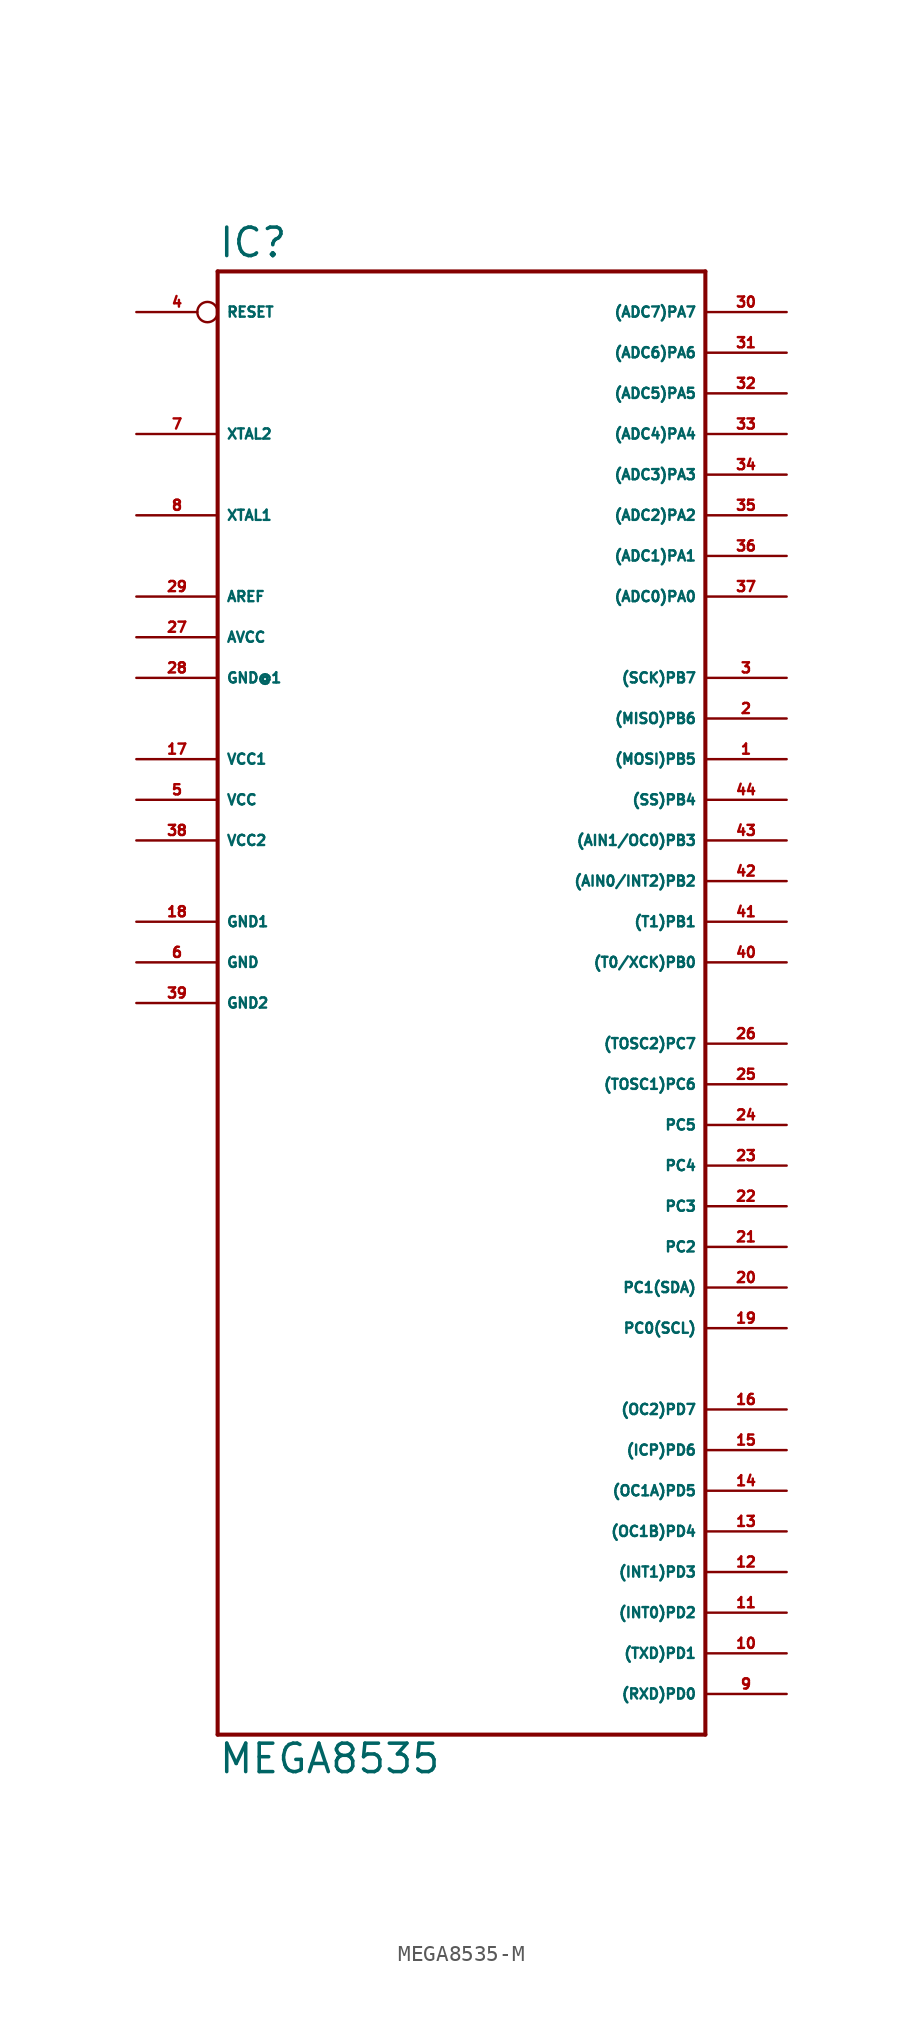
<source format=kicad_sym>
(kicad_symbol_lib
  (version 20220914)
  (generator Eagle2Kicad)
  (symbol "MEGA8535-M"
    (property "Reference" "IC"
      (at -15.24 43.942 0)
      (effects (font (size 1.778 1.778) (thickness 0.22)) (justify left bottom)))
    (property "Value" "MEGA8535"
      (at -15.24 -50.8 0)
      (effects (font (size 1.778 1.778) (thickness 0.22)) (justify left bottom)))
    (polyline
      (pts (xy -15.24 43.18) (xy 15.24 43.18))
      (stroke (width 0.254) (type default))
      (fill (type none)))
    (polyline
      (pts (xy 15.24 43.18) (xy 15.24 -48.26))
      (stroke (width 0.254) (type default))
      (fill (type none)))
    (polyline
      (pts (xy 15.24 -48.26) (xy -15.24 -48.26))
      (stroke (width 0.254) (type default))
      (fill (type none)))
    (polyline
      (pts (xy -15.24 -48.26) (xy -15.24 43.18))
      (stroke (width 0.254) (type default))
      (fill (type none)))
    (pin bidirectional line
      (at 20.32 40.64 180)
      (length 5.08)
      (name "(ADC7)PA7" (effects (font (size 0.635 0.635) (thickness 0.08)) (justify left bottom)))
      (number "30" (effects (font (size 0.635 0.635) (thickness 0.08)) (justify left bottom))))
    (pin bidirectional line
      (at 20.32 38.1 180)
      (length 5.08)
      (name "(ADC6)PA6" (effects (font (size 0.635 0.635) (thickness 0.08)) (justify left bottom)))
      (number "31" (effects (font (size 0.635 0.635) (thickness 0.08)) (justify left bottom))))
    (pin bidirectional line
      (at 20.32 35.56 180)
      (length 5.08)
      (name "(ADC5)PA5" (effects (font (size 0.635 0.635) (thickness 0.08)) (justify left bottom)))
      (number "32" (effects (font (size 0.635 0.635) (thickness 0.08)) (justify left bottom))))
    (pin bidirectional line
      (at 20.32 33.02 180)
      (length 5.08)
      (name "(ADC4)PA4" (effects (font (size 0.635 0.635) (thickness 0.08)) (justify left bottom)))
      (number "33" (effects (font (size 0.635 0.635) (thickness 0.08)) (justify left bottom))))
    (pin bidirectional line
      (at 20.32 30.48 180)
      (length 5.08)
      (name "(ADC3)PA3" (effects (font (size 0.635 0.635) (thickness 0.08)) (justify left bottom)))
      (number "34" (effects (font (size 0.635 0.635) (thickness 0.08)) (justify left bottom))))
    (pin bidirectional line
      (at 20.32 27.94 180)
      (length 5.08)
      (name "(ADC2)PA2" (effects (font (size 0.635 0.635) (thickness 0.08)) (justify left bottom)))
      (number "35" (effects (font (size 0.635 0.635) (thickness 0.08)) (justify left bottom))))
    (pin bidirectional line
      (at 20.32 25.4 180)
      (length 5.08)
      (name "(ADC1)PA1" (effects (font (size 0.635 0.635) (thickness 0.08)) (justify left bottom)))
      (number "36" (effects (font (size 0.635 0.635) (thickness 0.08)) (justify left bottom))))
    (pin bidirectional line
      (at 20.32 22.86 180)
      (length 5.08)
      (name "(ADC0)PA0" (effects (font (size 0.635 0.635) (thickness 0.08)) (justify left bottom)))
      (number "37" (effects (font (size 0.635 0.635) (thickness 0.08)) (justify left bottom))))
    (pin bidirectional line
      (at 20.32 17.78 180)
      (length 5.08)
      (name "(SCK)PB7" (effects (font (size 0.635 0.635) (thickness 0.08)) (justify left bottom)))
      (number "3" (effects (font (size 0.635 0.635) (thickness 0.08)) (justify left bottom))))
    (pin bidirectional line
      (at 20.32 15.24 180)
      (length 5.08)
      (name "(MISO)PB6" (effects (font (size 0.635 0.635) (thickness 0.08)) (justify left bottom)))
      (number "2" (effects (font (size 0.635 0.635) (thickness 0.08)) (justify left bottom))))
    (pin bidirectional line
      (at 20.32 12.7 180)
      (length 5.08)
      (name "(MOSI)PB5" (effects (font (size 0.635 0.635) (thickness 0.08)) (justify left bottom)))
      (number "1" (effects (font (size 0.635 0.635) (thickness 0.08)) (justify left bottom))))
    (pin bidirectional line
      (at 20.32 10.16 180)
      (length 5.08)
      (name "(SS)PB4" (effects (font (size 0.635 0.635) (thickness 0.08)) (justify left bottom)))
      (number "44" (effects (font (size 0.635 0.635) (thickness 0.08)) (justify left bottom))))
    (pin bidirectional line
      (at 20.32 7.62 180)
      (length 5.08)
      (name "(AIN1/OC0)PB3" (effects (font (size 0.635 0.635) (thickness 0.08)) (justify left bottom)))
      (number "43" (effects (font (size 0.635 0.635) (thickness 0.08)) (justify left bottom))))
    (pin bidirectional line
      (at 20.32 5.08 180)
      (length 5.08)
      (name "(AIN0/INT2)PB2" (effects (font (size 0.635 0.635) (thickness 0.08)) (justify left bottom)))
      (number "42" (effects (font (size 0.635 0.635) (thickness 0.08)) (justify left bottom))))
    (pin bidirectional line
      (at 20.32 2.54 180)
      (length 5.08)
      (name "(T1)PB1" (effects (font (size 0.635 0.635) (thickness 0.08)) (justify left bottom)))
      (number "41" (effects (font (size 0.635 0.635) (thickness 0.08)) (justify left bottom))))
    (pin bidirectional line
      (at 20.32 0 180)
      (length 5.08)
      (name "(T0/XCK)PB0" (effects (font (size 0.635 0.635) (thickness 0.08)) (justify left bottom)))
      (number "40" (effects (font (size 0.635 0.635) (thickness 0.08)) (justify left bottom))))
    (pin bidirectional line
      (at 20.32 -5.08 180)
      (length 5.08)
      (name "(TOSC2)PC7" (effects (font (size 0.635 0.635) (thickness 0.08)) (justify left bottom)))
      (number "26" (effects (font (size 0.635 0.635) (thickness 0.08)) (justify left bottom))))
    (pin bidirectional line
      (at 20.32 -7.62 180)
      (length 5.08)
      (name "(TOSC1)PC6" (effects (font (size 0.635 0.635) (thickness 0.08)) (justify left bottom)))
      (number "25" (effects (font (size 0.635 0.635) (thickness 0.08)) (justify left bottom))))
    (pin bidirectional line
      (at 20.32 -10.16 180)
      (length 5.08)
      (name "PC5" (effects (font (size 0.635 0.635) (thickness 0.08)) (justify left bottom)))
      (number "24" (effects (font (size 0.635 0.635) (thickness 0.08)) (justify left bottom))))
    (pin bidirectional line
      (at 20.32 -12.7 180)
      (length 5.08)
      (name "PC4" (effects (font (size 0.635 0.635) (thickness 0.08)) (justify left bottom)))
      (number "23" (effects (font (size 0.635 0.635) (thickness 0.08)) (justify left bottom))))
    (pin bidirectional line
      (at 20.32 -15.24 180)
      (length 5.08)
      (name "PC3" (effects (font (size 0.635 0.635) (thickness 0.08)) (justify left bottom)))
      (number "22" (effects (font (size 0.635 0.635) (thickness 0.08)) (justify left bottom))))
    (pin bidirectional line
      (at 20.32 -17.78 180)
      (length 5.08)
      (name "PC2" (effects (font (size 0.635 0.635) (thickness 0.08)) (justify left bottom)))
      (number "21" (effects (font (size 0.635 0.635) (thickness 0.08)) (justify left bottom))))
    (pin bidirectional line
      (at 20.32 -20.32 180)
      (length 5.08)
      (name "PC1(SDA)" (effects (font (size 0.635 0.635) (thickness 0.08)) (justify left bottom)))
      (number "20" (effects (font (size 0.635 0.635) (thickness 0.08)) (justify left bottom))))
    (pin bidirectional line
      (at 20.32 -22.86 180)
      (length 5.08)
      (name "PC0(SCL)" (effects (font (size 0.635 0.635) (thickness 0.08)) (justify left bottom)))
      (number "19" (effects (font (size 0.635 0.635) (thickness 0.08)) (justify left bottom))))
    (pin unspecified line
      (at -20.32 17.78 0)
      (length 5.08)
      (name "GND@1" (effects (font (size 0.635 0.635) (thickness 0.08)) (justify left bottom)))
      (number "28" (effects (font (size 0.635 0.635) (thickness 0.08)) (justify left bottom))))
    (pin unspecified line
      (at -20.32 20.32 0)
      (length 5.08)
      (name "AVCC" (effects (font (size 0.635 0.635) (thickness 0.08)) (justify left bottom)))
      (number "27" (effects (font (size 0.635 0.635) (thickness 0.08)) (justify left bottom))))
    (pin passive line
      (at -20.32 22.86 0)
      (length 5.08)
      (name "AREF" (effects (font (size 0.635 0.635) (thickness 0.08)) (justify left bottom)))
      (number "29" (effects (font (size 0.635 0.635) (thickness 0.08)) (justify left bottom))))
    (pin bidirectional line
      (at -20.32 27.94 0)
      (length 5.08)
      (name "XTAL1" (effects (font (size 0.635 0.635) (thickness 0.08)) (justify left bottom)))
      (number "8" (effects (font (size 0.635 0.635) (thickness 0.08)) (justify left bottom))))
    (pin bidirectional line
      (at -20.32 33.02 0)
      (length 5.08)
      (name "XTAL2" (effects (font (size 0.635 0.635) (thickness 0.08)) (justify left bottom)))
      (number "7" (effects (font (size 0.635 0.635) (thickness 0.08)) (justify left bottom))))
    (pin unspecified line
      (at -20.32 2.54 0)
      (length 5.08)
      (name "GND1" (effects (font (size 0.635 0.635) (thickness 0.08)) (justify left bottom)))
      (number "18" (effects (font (size 0.635 0.635) (thickness 0.08)) (justify left bottom))))
    (pin unspecified line
      (at -20.32 -2.54 0)
      (length 5.08)
      (name "GND2" (effects (font (size 0.635 0.635) (thickness 0.08)) (justify left bottom)))
      (number "39" (effects (font (size 0.635 0.635) (thickness 0.08)) (justify left bottom))))
    (pin input inverted
      (at -20.32 40.64 0)
      (length 5.08)
      (name "RESET" (effects (font (size 0.635 0.635) (thickness 0.08)) (justify left bottom)))
      (number "4" (effects (font (size 0.635 0.635) (thickness 0.08)) (justify left bottom))))
    (pin bidirectional line
      (at 20.32 -45.72 180)
      (length 5.08)
      (name "(RXD)PD0" (effects (font (size 0.635 0.635) (thickness 0.08)) (justify left bottom)))
      (number "9" (effects (font (size 0.635 0.635) (thickness 0.08)) (justify left bottom))))
    (pin bidirectional line
      (at 20.32 -43.18 180)
      (length 5.08)
      (name "(TXD)PD1" (effects (font (size 0.635 0.635) (thickness 0.08)) (justify left bottom)))
      (number "10" (effects (font (size 0.635 0.635) (thickness 0.08)) (justify left bottom))))
    (pin bidirectional line
      (at 20.32 -40.64 180)
      (length 5.08)
      (name "(INT0)PD2" (effects (font (size 0.635 0.635) (thickness 0.08)) (justify left bottom)))
      (number "11" (effects (font (size 0.635 0.635) (thickness 0.08)) (justify left bottom))))
    (pin bidirectional line
      (at 20.32 -38.1 180)
      (length 5.08)
      (name "(INT1)PD3" (effects (font (size 0.635 0.635) (thickness 0.08)) (justify left bottom)))
      (number "12" (effects (font (size 0.635 0.635) (thickness 0.08)) (justify left bottom))))
    (pin bidirectional line
      (at 20.32 -35.56 180)
      (length 5.08)
      (name "(OC1B)PD4" (effects (font (size 0.635 0.635) (thickness 0.08)) (justify left bottom)))
      (number "13" (effects (font (size 0.635 0.635) (thickness 0.08)) (justify left bottom))))
    (pin bidirectional line
      (at 20.32 -33.02 180)
      (length 5.08)
      (name "(OC1A)PD5" (effects (font (size 0.635 0.635) (thickness 0.08)) (justify left bottom)))
      (number "14" (effects (font (size 0.635 0.635) (thickness 0.08)) (justify left bottom))))
    (pin bidirectional line
      (at 20.32 -30.48 180)
      (length 5.08)
      (name "(ICP)PD6" (effects (font (size 0.635 0.635) (thickness 0.08)) (justify left bottom)))
      (number "15" (effects (font (size 0.635 0.635) (thickness 0.08)) (justify left bottom))))
    (pin bidirectional line
      (at 20.32 -27.94 180)
      (length 5.08)
      (name "(OC2)PD7" (effects (font (size 0.635 0.635) (thickness 0.08)) (justify left bottom)))
      (number "16" (effects (font (size 0.635 0.635) (thickness 0.08)) (justify left bottom))))
    (pin unspecified line
      (at -20.32 12.7 0)
      (length 5.08)
      (name "VCC1" (effects (font (size 0.635 0.635) (thickness 0.08)) (justify left bottom)))
      (number "17" (effects (font (size 0.635 0.635) (thickness 0.08)) (justify left bottom))))
    (pin unspecified line
      (at -20.32 10.16 0)
      (length 5.08)
      (name "VCC" (effects (font (size 0.635 0.635) (thickness 0.08)) (justify left bottom)))
      (number "5" (effects (font (size 0.635 0.635) (thickness 0.08)) (justify left bottom))))
    (pin unspecified line
      (at -20.32 7.62 0)
      (length 5.08)
      (name "VCC2" (effects (font (size 0.635 0.635) (thickness 0.08)) (justify left bottom)))
      (number "38" (effects (font (size 0.635 0.635) (thickness 0.08)) (justify left bottom))))
    (pin unspecified line
      (at -20.32 0 0)
      (length 5.08)
      (name "GND" (effects (font (size 0.635 0.635) (thickness 0.08)) (justify left bottom)))
      (number "6" (effects (font (size 0.635 0.635) (thickness 0.08)) (justify left bottom))))))
</source>
